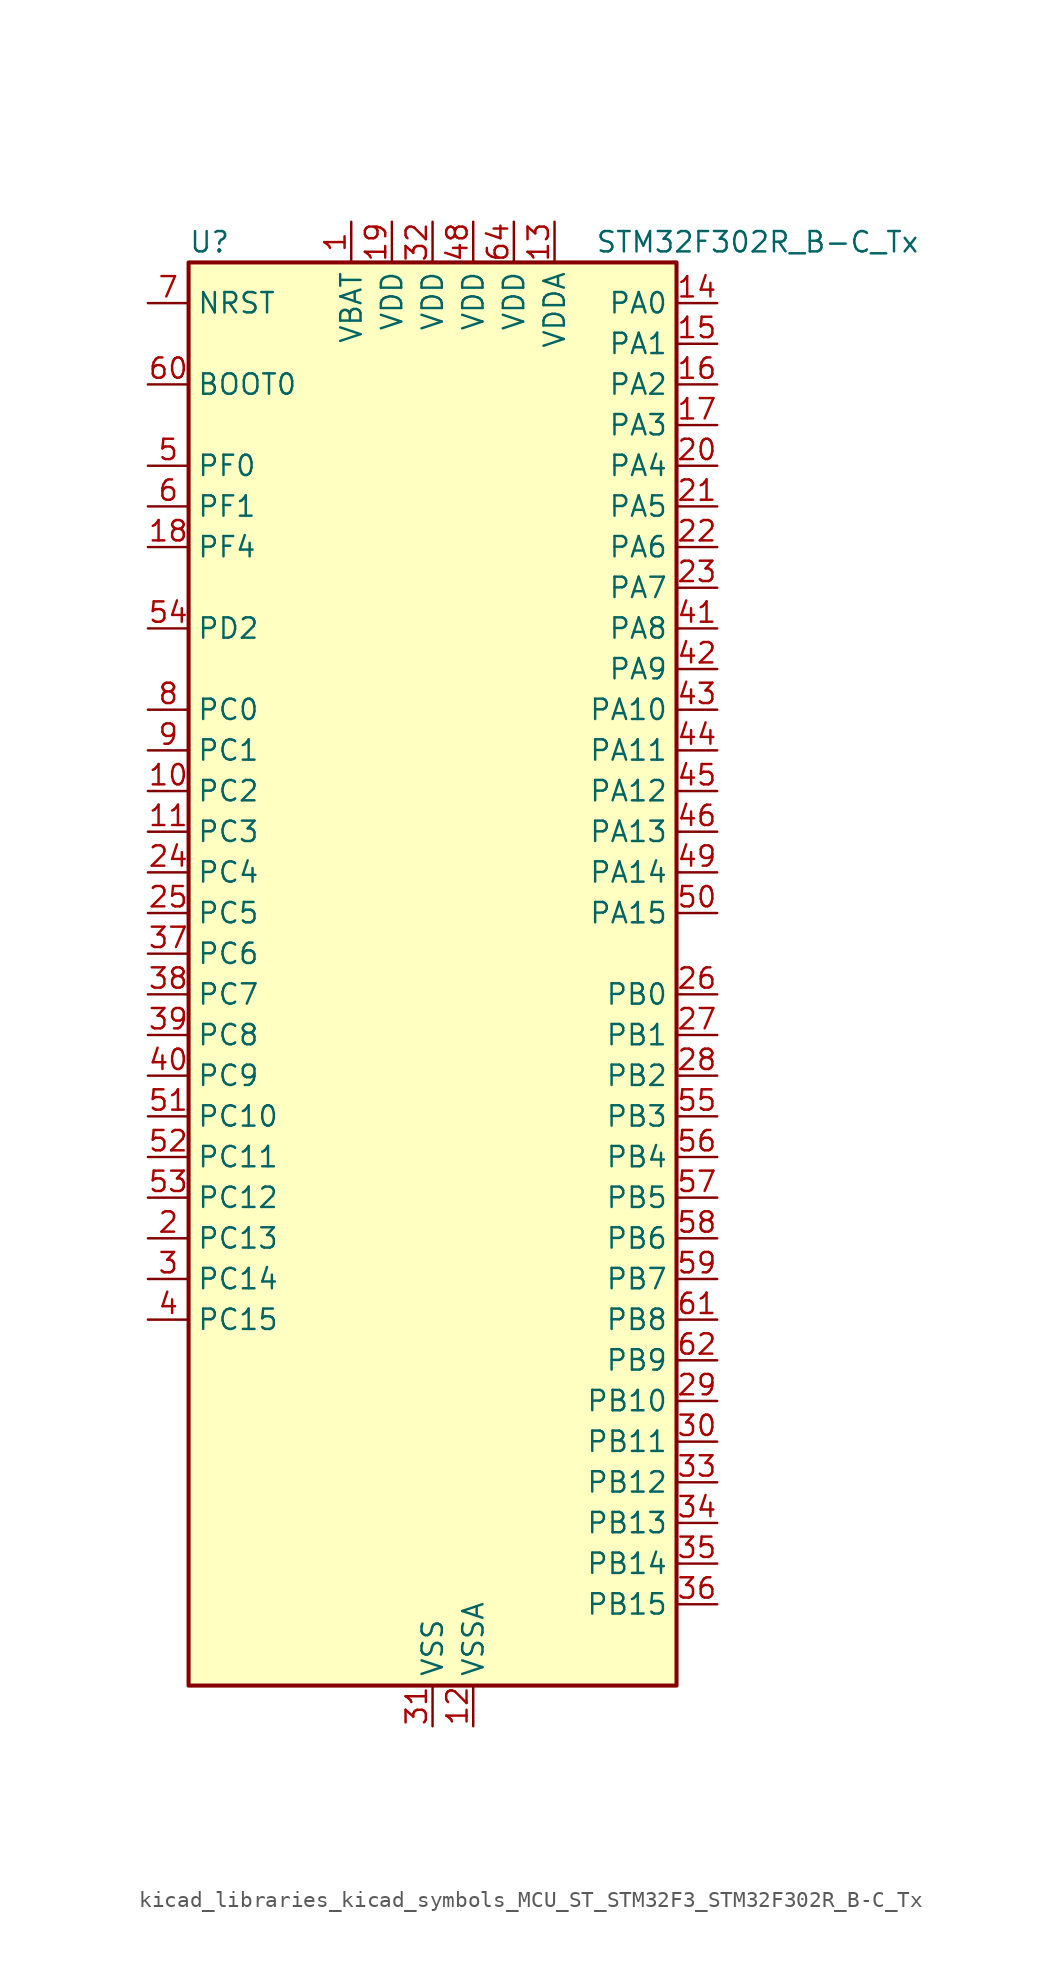
<source format=kicad_sym>
(kicad_symbol_lib
  (version 20220914)
  (generator kicad_symbol_editor)
  (symbol "kicad_libraries_kicad_symbols_MCU_ST_STM32F3_STM32F302R_B-C_Tx"
    (property "Reference" "U"
      (at -15.24 46.99 0)
      (effects (font (size 1.27 1.27)) (justify left)))
    (property "Value" "STM32F302R_B-C_Tx"
      (at 10.16 46.99 0)
      (effects (font (size 1.27 1.27)) (justify left)))
    (property "ki_locked" ""
      (at 0 0 0)
      (effects (font (size 1.27 1.27))))
    (symbol "kicad_libraries_kicad_symbols_MCU_ST_STM32F3_STM32F302R_B-C_Tx_0_1"
      (rectangle (start -15.24 -43.18) (end 15.24 45.72) (stroke (width 0.254) (type default)) (fill (type background))))
    (symbol "kicad_libraries_kicad_symbols_MCU_ST_STM32F3_STM32F302R_B-C_Tx_1_1"
      (pin power_in line (at -5.08 48.26 270) (length 2.54) (name "VBAT" (effects (font (size 1.27 1.27)))) (number "1" (effects (font (size 1.27 1.27)))))
      (pin bidirectional line (at -17.78 12.7 0) (length 2.54) (name "PC2" (effects (font (size 1.27 1.27)))) (number "10" (effects (font (size 1.27 1.27)))) (alternate "ADC1_IN8" bidirectional line) (alternate "ADC2_IN8" bidirectional line))
      (pin bidirectional line (at -17.78 10.16 0) (length 2.54) (name "PC3" (effects (font (size 1.27 1.27)))) (number "11" (effects (font (size 1.27 1.27)))) (alternate "ADC1_IN9" bidirectional line) (alternate "ADC2_IN9" bidirectional line) (alternate "TIM1_BKIN2" bidirectional line))
      (pin power_in line (at 2.54 -45.72 90) (length 2.54) (name "VSSA" (effects (font (size 1.27 1.27)))) (number "12" (effects (font (size 1.27 1.27)))))
      (pin power_in line (at 7.62 48.26 270) (length 2.54) (name "VDDA" (effects (font (size 1.27 1.27)))) (number "13" (effects (font (size 1.27 1.27)))))
      (pin bidirectional line (at 17.78 43.18 180) (length 2.54) (name "PA0" (effects (font (size 1.27 1.27)))) (number "14" (effects (font (size 1.27 1.27)))) (alternate "ADC1_IN1" bidirectional line) (alternate "COMP1_INM" bidirectional line) (alternate "COMP1_OUT" bidirectional line) (alternate "RTC_TAMP2" bidirectional line) (alternate "SYS_WKUP1" bidirectional line) (alternate "TIM2_CH1" bidirectional line) (alternate "TIM2_ETR" bidirectional line) (alternate "TSC_G1_IO1" bidirectional line) (alternate "USART2_CTS" bidirectional line))
      (pin bidirectional line (at 17.78 40.64 180) (length 2.54) (name "PA1" (effects (font (size 1.27 1.27)))) (number "15" (effects (font (size 1.27 1.27)))) (alternate "ADC1_IN2" bidirectional line) (alternate "COMP1_INP" bidirectional line) (alternate "OPAMP1_VINP" bidirectional line) (alternate "OPAMP1_VINP_SEC" bidirectional line) (alternate "RTC_REFIN" bidirectional line) (alternate "TIM15_CH1N" bidirectional line) (alternate "TIM2_CH2" bidirectional line) (alternate "TSC_G1_IO2" bidirectional line) (alternate "USART2_DE" bidirectional line) (alternate "USART2_RTS" bidirectional line))
      (pin bidirectional line (at 17.78 38.1 180) (length 2.54) (name "PA2" (effects (font (size 1.27 1.27)))) (number "16" (effects (font (size 1.27 1.27)))) (alternate "ADC1_IN3" bidirectional line) (alternate "COMP2_INM" bidirectional line) (alternate "COMP2_OUT" bidirectional line) (alternate "OPAMP1_VOUT" bidirectional line) (alternate "TIM15_CH1" bidirectional line) (alternate "TIM2_CH3" bidirectional line) (alternate "TSC_G1_IO3" bidirectional line) (alternate "USART2_TX" bidirectional line))
      (pin bidirectional line (at 17.78 35.56 180) (length 2.54) (name "PA3" (effects (font (size 1.27 1.27)))) (number "17" (effects (font (size 1.27 1.27)))) (alternate "ADC1_IN4" bidirectional line) (alternate "COMP2_INP" bidirectional line) (alternate "OPAMP1_VINM" bidirectional line) (alternate "OPAMP1_VINM_SEC" bidirectional line) (alternate "OPAMP1_VINP" bidirectional line) (alternate "OPAMP1_VINP_SEC" bidirectional line) (alternate "TIM15_CH2" bidirectional line) (alternate "TIM2_CH4" bidirectional line) (alternate "TSC_G1_IO4" bidirectional line) (alternate "USART2_RX" bidirectional line))
      (pin bidirectional line (at -17.78 27.94 0) (length 2.54) (name "PF4" (effects (font (size 1.27 1.27)))) (number "18" (effects (font (size 1.27 1.27)))) (alternate "ADC1_IN5" bidirectional line) (alternate "COMP1_OUT" bidirectional line))
      (pin power_in line (at -2.54 48.26 270) (length 2.54) (name "VDD" (effects (font (size 1.27 1.27)))) (number "19" (effects (font (size 1.27 1.27)))))
      (pin bidirectional line (at -17.78 -15.24 0) (length 2.54) (name "PC13" (effects (font (size 1.27 1.27)))) (number "2" (effects (font (size 1.27 1.27)))) (alternate "RTC_OUT_ALARM" bidirectional line) (alternate "RTC_OUT_CALIB" bidirectional line) (alternate "RTC_TAMP1" bidirectional line) (alternate "RTC_TS" bidirectional line) (alternate "SYS_WKUP2" bidirectional line) (alternate "TIM1_CH1N" bidirectional line))
      (pin bidirectional line (at 17.78 33.02 180) (length 2.54) (name "PA4" (effects (font (size 1.27 1.27)))) (number "20" (effects (font (size 1.27 1.27)))) (alternate "ADC2_IN1" bidirectional line) (alternate "COMP1_INM" bidirectional line) (alternate "COMP2_INM" bidirectional line) (alternate "COMP4_INM" bidirectional line) (alternate "COMP6_INM" bidirectional line) (alternate "DAC_OUT1" bidirectional line) (alternate "I2S3_WS" bidirectional line) (alternate "SPI1_NSS" bidirectional line) (alternate "SPI3_NSS" bidirectional line) (alternate "TIM3_CH2" bidirectional line) (alternate "TSC_G2_IO1" bidirectional line) (alternate "USART2_CK" bidirectional line))
      (pin bidirectional line (at 17.78 30.48 180) (length 2.54) (name "PA5" (effects (font (size 1.27 1.27)))) (number "21" (effects (font (size 1.27 1.27)))) (alternate "ADC2_IN2" bidirectional line) (alternate "COMP1_INM" bidirectional line) (alternate "COMP2_INM" bidirectional line) (alternate "COMP4_INM" bidirectional line) (alternate "COMP6_INM" bidirectional line) (alternate "OPAMP1_VINP" bidirectional line) (alternate "OPAMP1_VINP_SEC" bidirectional line) (alternate "OPAMP2_VINM" bidirectional line) (alternate "OPAMP2_VINM_SEC" bidirectional line) (alternate "SPI1_SCK" bidirectional line) (alternate "TIM2_CH1" bidirectional line) (alternate "TIM2_ETR" bidirectional line) (alternate "TSC_G2_IO2" bidirectional line))
      (pin bidirectional line (at 17.78 27.94 180) (length 2.54) (name "PA6" (effects (font (size 1.27 1.27)))) (number "22" (effects (font (size 1.27 1.27)))) (alternate "ADC2_IN3" bidirectional line) (alternate "COMP1_OUT" bidirectional line) (alternate "OPAMP2_VOUT" bidirectional line) (alternate "SPI1_MISO" bidirectional line) (alternate "TIM16_CH1" bidirectional line) (alternate "TIM1_BKIN" bidirectional line) (alternate "TIM3_CH1" bidirectional line) (alternate "TSC_G2_IO3" bidirectional line))
      (pin bidirectional line (at 17.78 25.4 180) (length 2.54) (name "PA7" (effects (font (size 1.27 1.27)))) (number "23" (effects (font (size 1.27 1.27)))) (alternate "ADC2_IN4" bidirectional line) (alternate "COMP2_INP" bidirectional line) (alternate "COMP2_OUT" bidirectional line) (alternate "OPAMP1_VINP" bidirectional line) (alternate "OPAMP1_VINP_SEC" bidirectional line) (alternate "OPAMP2_VINP" bidirectional line) (alternate "OPAMP2_VINP_SEC" bidirectional line) (alternate "SPI1_MOSI" bidirectional line) (alternate "TIM17_CH1" bidirectional line) (alternate "TIM1_CH1N" bidirectional line) (alternate "TIM3_CH2" bidirectional line) (alternate "TSC_G2_IO4" bidirectional line))
      (pin bidirectional line (at -17.78 7.62 0) (length 2.54) (name "PC4" (effects (font (size 1.27 1.27)))) (number "24" (effects (font (size 1.27 1.27)))) (alternate "ADC2_IN5" bidirectional line) (alternate "USART1_TX" bidirectional line))
      (pin bidirectional line (at -17.78 5.08 0) (length 2.54) (name "PC5" (effects (font (size 1.27 1.27)))) (number "25" (effects (font (size 1.27 1.27)))) (alternate "ADC2_IN11" bidirectional line) (alternate "OPAMP1_VINM" bidirectional line) (alternate "OPAMP1_VINM_SEC" bidirectional line) (alternate "OPAMP2_VINM" bidirectional line) (alternate "OPAMP2_VINM_SEC" bidirectional line) (alternate "TSC_G3_IO1" bidirectional line) (alternate "USART1_RX" bidirectional line))
      (pin bidirectional line (at 17.78 0 180) (length 2.54) (name "PB0" (effects (font (size 1.27 1.27)))) (number "26" (effects (font (size 1.27 1.27)))) (alternate "COMP4_INP" bidirectional line) (alternate "OPAMP2_VINP" bidirectional line) (alternate "OPAMP2_VINP_SEC" bidirectional line) (alternate "TIM1_CH2N" bidirectional line) (alternate "TIM3_CH3" bidirectional line) (alternate "TSC_G3_IO2" bidirectional line))
      (pin bidirectional line (at 17.78 -2.54 180) (length 2.54) (name "PB1" (effects (font (size 1.27 1.27)))) (number "27" (effects (font (size 1.27 1.27)))) (alternate "COMP4_OUT" bidirectional line) (alternate "TIM1_CH3N" bidirectional line) (alternate "TIM3_CH4" bidirectional line) (alternate "TSC_G3_IO3" bidirectional line))
      (pin bidirectional line (at 17.78 -5.08 180) (length 2.54) (name "PB2" (effects (font (size 1.27 1.27)))) (number "28" (effects (font (size 1.27 1.27)))) (alternate "ADC2_IN12" bidirectional line) (alternate "COMP4_INM" bidirectional line) (alternate "TSC_G3_IO4" bidirectional line))
      (pin bidirectional line (at 17.78 -25.4 180) (length 2.54) (name "PB10" (effects (font (size 1.27 1.27)))) (number "29" (effects (font (size 1.27 1.27)))) (alternate "TIM2_CH3" bidirectional line) (alternate "TSC_SYNC" bidirectional line) (alternate "USART3_TX" bidirectional line))
      (pin bidirectional line (at -17.78 -17.78 0) (length 2.54) (name "PC14" (effects (font (size 1.27 1.27)))) (number "3" (effects (font (size 1.27 1.27)))) (alternate "RCC_OSC32_IN" bidirectional line))
      (pin bidirectional line (at 17.78 -27.94 180) (length 2.54) (name "PB11" (effects (font (size 1.27 1.27)))) (number "30" (effects (font (size 1.27 1.27)))) (alternate "ADC1_EXTI11" bidirectional line) (alternate "ADC2_EXTI11" bidirectional line) (alternate "COMP6_INP" bidirectional line) (alternate "TIM2_CH4" bidirectional line) (alternate "TSC_G6_IO1" bidirectional line) (alternate "USART3_RX" bidirectional line))
      (pin power_in line (at 0 -45.72 90) (length 2.54) (name "VSS" (effects (font (size 1.27 1.27)))) (number "31" (effects (font (size 1.27 1.27)))))
      (pin power_in line (at 0 48.26 270) (length 2.54) (name "VDD" (effects (font (size 1.27 1.27)))) (number "32" (effects (font (size 1.27 1.27)))))
      (pin bidirectional line (at 17.78 -30.48 180) (length 2.54) (name "PB12" (effects (font (size 1.27 1.27)))) (number "33" (effects (font (size 1.27 1.27)))) (alternate "I2C2_SMBA" bidirectional line) (alternate "I2S2_WS" bidirectional line) (alternate "SPI2_NSS" bidirectional line) (alternate "TIM1_BKIN" bidirectional line) (alternate "TSC_G6_IO2" bidirectional line) (alternate "USART3_CK" bidirectional line))
      (pin bidirectional line (at 17.78 -33.02 180) (length 2.54) (name "PB13" (effects (font (size 1.27 1.27)))) (number "34" (effects (font (size 1.27 1.27)))) (alternate "I2S2_CK" bidirectional line) (alternate "SPI2_SCK" bidirectional line) (alternate "TIM1_CH1N" bidirectional line) (alternate "TSC_G6_IO3" bidirectional line) (alternate "USART3_CTS" bidirectional line))
      (pin bidirectional line (at 17.78 -35.56 180) (length 2.54) (name "PB14" (effects (font (size 1.27 1.27)))) (number "35" (effects (font (size 1.27 1.27)))) (alternate "I2S2_ext_SD" bidirectional line) (alternate "OPAMP2_VINP" bidirectional line) (alternate "OPAMP2_VINP_SEC" bidirectional line) (alternate "SPI2_MISO" bidirectional line) (alternate "TIM15_CH1" bidirectional line) (alternate "TIM1_CH2N" bidirectional line) (alternate "TSC_G6_IO4" bidirectional line) (alternate "USART3_DE" bidirectional line) (alternate "USART3_RTS" bidirectional line))
      (pin bidirectional line (at 17.78 -38.1 180) (length 2.54) (name "PB15" (effects (font (size 1.27 1.27)))) (number "36" (effects (font (size 1.27 1.27)))) (alternate "ADC1_EXTI15" bidirectional line) (alternate "ADC2_EXTI15" bidirectional line) (alternate "COMP6_INM" bidirectional line) (alternate "I2S2_SD" bidirectional line) (alternate "RTC_REFIN" bidirectional line) (alternate "SPI2_MOSI" bidirectional line) (alternate "TIM15_CH1N" bidirectional line) (alternate "TIM15_CH2" bidirectional line) (alternate "TIM1_CH3N" bidirectional line))
      (pin bidirectional line (at -17.78 2.54 0) (length 2.54) (name "PC6" (effects (font (size 1.27 1.27)))) (number "37" (effects (font (size 1.27 1.27)))) (alternate "COMP6_OUT" bidirectional line) (alternate "I2S2_MCK" bidirectional line) (alternate "TIM3_CH1" bidirectional line))
      (pin bidirectional line (at -17.78 0 0) (length 2.54) (name "PC7" (effects (font (size 1.27 1.27)))) (number "38" (effects (font (size 1.27 1.27)))) (alternate "I2S3_MCK" bidirectional line) (alternate "TIM3_CH2" bidirectional line))
      (pin bidirectional line (at -17.78 -2.54 0) (length 2.54) (name "PC8" (effects (font (size 1.27 1.27)))) (number "39" (effects (font (size 1.27 1.27)))) (alternate "TIM3_CH3" bidirectional line))
      (pin bidirectional line (at -17.78 -20.32 0) (length 2.54) (name "PC15" (effects (font (size 1.27 1.27)))) (number "4" (effects (font (size 1.27 1.27)))) (alternate "ADC1_EXTI15" bidirectional line) (alternate "ADC2_EXTI15" bidirectional line) (alternate "RCC_OSC32_OUT" bidirectional line))
      (pin bidirectional line (at -17.78 -5.08 0) (length 2.54) (name "PC9" (effects (font (size 1.27 1.27)))) (number "40" (effects (font (size 1.27 1.27)))) (alternate "DAC_EXTI9" bidirectional line) (alternate "I2S_CKIN" bidirectional line) (alternate "TIM3_CH4" bidirectional line))
      (pin bidirectional line (at 17.78 22.86 180) (length 2.54) (name "PA8" (effects (font (size 1.27 1.27)))) (number "41" (effects (font (size 1.27 1.27)))) (alternate "I2C2_SMBA" bidirectional line) (alternate "I2S2_MCK" bidirectional line) (alternate "RCC_MCO" bidirectional line) (alternate "TIM1_CH1" bidirectional line) (alternate "TIM4_ETR" bidirectional line) (alternate "USART1_CK" bidirectional line))
      (pin bidirectional line (at 17.78 20.32 180) (length 2.54) (name "PA9" (effects (font (size 1.27 1.27)))) (number "42" (effects (font (size 1.27 1.27)))) (alternate "DAC_EXTI9" bidirectional line) (alternate "I2C2_SCL" bidirectional line) (alternate "I2S3_MCK" bidirectional line) (alternate "TIM15_BKIN" bidirectional line) (alternate "TIM1_CH2" bidirectional line) (alternate "TIM2_CH3" bidirectional line) (alternate "TSC_G4_IO1" bidirectional line) (alternate "USART1_TX" bidirectional line))
      (pin bidirectional line (at 17.78 17.78 180) (length 2.54) (name "PA10" (effects (font (size 1.27 1.27)))) (number "43" (effects (font (size 1.27 1.27)))) (alternate "COMP6_OUT" bidirectional line) (alternate "I2C2_SDA" bidirectional line) (alternate "TIM17_BKIN" bidirectional line) (alternate "TIM1_CH3" bidirectional line) (alternate "TIM2_CH4" bidirectional line) (alternate "TSC_G4_IO2" bidirectional line) (alternate "USART1_RX" bidirectional line))
      (pin bidirectional line (at 17.78 15.24 180) (length 2.54) (name "PA11" (effects (font (size 1.27 1.27)))) (number "44" (effects (font (size 1.27 1.27)))) (alternate "ADC1_EXTI11" bidirectional line) (alternate "ADC2_EXTI11" bidirectional line) (alternate "CAN_RX" bidirectional line) (alternate "COMP1_OUT" bidirectional line) (alternate "TIM1_BKIN2" bidirectional line) (alternate "TIM1_CH1N" bidirectional line) (alternate "TIM1_CH4" bidirectional line) (alternate "TIM4_CH1" bidirectional line) (alternate "USART1_CTS" bidirectional line) (alternate "USB_DM" bidirectional line))
      (pin bidirectional line (at 17.78 12.7 180) (length 2.54) (name "PA12" (effects (font (size 1.27 1.27)))) (number "45" (effects (font (size 1.27 1.27)))) (alternate "CAN_TX" bidirectional line) (alternate "COMP2_OUT" bidirectional line) (alternate "TIM16_CH1" bidirectional line) (alternate "TIM1_CH2N" bidirectional line) (alternate "TIM1_ETR" bidirectional line) (alternate "TIM4_CH2" bidirectional line) (alternate "USART1_DE" bidirectional line) (alternate "USART1_RTS" bidirectional line) (alternate "USB_DP" bidirectional line))
      (pin bidirectional line (at 17.78 10.16 180) (length 2.54) (name "PA13" (effects (font (size 1.27 1.27)))) (number "46" (effects (font (size 1.27 1.27)))) (alternate "IR_OUT" bidirectional line) (alternate "SYS_JTMS-SWDIO" bidirectional line) (alternate "TIM16_CH1N" bidirectional line) (alternate "TIM4_CH3" bidirectional line) (alternate "TSC_G4_IO3" bidirectional line) (alternate "USART3_CTS" bidirectional line))
      (pin passive line (at 0 -45.72 90) (length 2.54) hide (name "VSS" (effects (font (size 1.27 1.27)))) (number "47" (effects (font (size 1.27 1.27)))))
      (pin power_in line (at 2.54 48.26 270) (length 2.54) (name "VDD" (effects (font (size 1.27 1.27)))) (number "48" (effects (font (size 1.27 1.27)))))
      (pin bidirectional line (at 17.78 7.62 180) (length 2.54) (name "PA14" (effects (font (size 1.27 1.27)))) (number "49" (effects (font (size 1.27 1.27)))) (alternate "I2C1_SDA" bidirectional line) (alternate "SYS_JTCK-SWCLK" bidirectional line) (alternate "TIM1_BKIN" bidirectional line) (alternate "TSC_G4_IO4" bidirectional line) (alternate "USART2_TX" bidirectional line))
      (pin bidirectional line (at -17.78 33.02 0) (length 2.54) (name "PF0" (effects (font (size 1.27 1.27)))) (number "5" (effects (font (size 1.27 1.27)))) (alternate "I2C2_SDA" bidirectional line) (alternate "RCC_OSC_IN" bidirectional line) (alternate "TIM1_CH3N" bidirectional line))
      (pin bidirectional line (at 17.78 5.08 180) (length 2.54) (name "PA15" (effects (font (size 1.27 1.27)))) (number "50" (effects (font (size 1.27 1.27)))) (alternate "ADC1_EXTI15" bidirectional line) (alternate "ADC2_EXTI15" bidirectional line) (alternate "I2C1_SCL" bidirectional line) (alternate "I2S3_WS" bidirectional line) (alternate "SPI1_NSS" bidirectional line) (alternate "SPI3_NSS" bidirectional line) (alternate "SYS_JTDI" bidirectional line) (alternate "TIM1_BKIN" bidirectional line) (alternate "TIM2_CH1" bidirectional line) (alternate "TIM2_ETR" bidirectional line) (alternate "USART2_RX" bidirectional line))
      (pin bidirectional line (at -17.78 -7.62 0) (length 2.54) (name "PC10" (effects (font (size 1.27 1.27)))) (number "51" (effects (font (size 1.27 1.27)))) (alternate "I2S3_CK" bidirectional line) (alternate "SPI3_SCK" bidirectional line) (alternate "UART4_TX" bidirectional line) (alternate "USART3_TX" bidirectional line))
      (pin bidirectional line (at -17.78 -10.16 0) (length 2.54) (name "PC11" (effects (font (size 1.27 1.27)))) (number "52" (effects (font (size 1.27 1.27)))) (alternate "ADC1_EXTI11" bidirectional line) (alternate "ADC2_EXTI11" bidirectional line) (alternate "I2S3_ext_SD" bidirectional line) (alternate "SPI3_MISO" bidirectional line) (alternate "UART4_RX" bidirectional line) (alternate "USART3_RX" bidirectional line))
      (pin bidirectional line (at -17.78 -12.7 0) (length 2.54) (name "PC12" (effects (font (size 1.27 1.27)))) (number "53" (effects (font (size 1.27 1.27)))) (alternate "I2S3_SD" bidirectional line) (alternate "SPI3_MOSI" bidirectional line) (alternate "UART5_TX" bidirectional line) (alternate "USART3_CK" bidirectional line))
      (pin bidirectional line (at -17.78 22.86 0) (length 2.54) (name "PD2" (effects (font (size 1.27 1.27)))) (number "54" (effects (font (size 1.27 1.27)))) (alternate "TIM3_ETR" bidirectional line) (alternate "UART5_RX" bidirectional line))
      (pin bidirectional line (at 17.78 -7.62 180) (length 2.54) (name "PB3" (effects (font (size 1.27 1.27)))) (number "55" (effects (font (size 1.27 1.27)))) (alternate "I2S3_CK" bidirectional line) (alternate "SPI1_SCK" bidirectional line) (alternate "SPI3_SCK" bidirectional line) (alternate "SYS_JTDO-TRACESWO" bidirectional line) (alternate "TIM2_CH2" bidirectional line) (alternate "TIM3_ETR" bidirectional line) (alternate "TIM4_ETR" bidirectional line) (alternate "TSC_G5_IO1" bidirectional line) (alternate "USART2_TX" bidirectional line))
      (pin bidirectional line (at 17.78 -10.16 180) (length 2.54) (name "PB4" (effects (font (size 1.27 1.27)))) (number "56" (effects (font (size 1.27 1.27)))) (alternate "I2S3_ext_SD" bidirectional line) (alternate "SPI1_MISO" bidirectional line) (alternate "SPI3_MISO" bidirectional line) (alternate "SYS_NJTRST" bidirectional line) (alternate "TIM16_CH1" bidirectional line) (alternate "TIM17_BKIN" bidirectional line) (alternate "TIM3_CH1" bidirectional line) (alternate "TSC_G5_IO2" bidirectional line) (alternate "USART2_RX" bidirectional line))
      (pin bidirectional line (at 17.78 -12.7 180) (length 2.54) (name "PB5" (effects (font (size 1.27 1.27)))) (number "57" (effects (font (size 1.27 1.27)))) (alternate "I2C1_SMBA" bidirectional line) (alternate "I2S3_SD" bidirectional line) (alternate "SPI1_MOSI" bidirectional line) (alternate "SPI3_MOSI" bidirectional line) (alternate "TIM16_BKIN" bidirectional line) (alternate "TIM17_CH1" bidirectional line) (alternate "TIM3_CH2" bidirectional line) (alternate "USART2_CK" bidirectional line))
      (pin bidirectional line (at 17.78 -15.24 180) (length 2.54) (name "PB6" (effects (font (size 1.27 1.27)))) (number "58" (effects (font (size 1.27 1.27)))) (alternate "I2C1_SCL" bidirectional line) (alternate "TIM16_CH1N" bidirectional line) (alternate "TIM4_CH1" bidirectional line) (alternate "TSC_G5_IO3" bidirectional line) (alternate "USART1_TX" bidirectional line))
      (pin bidirectional line (at 17.78 -17.78 180) (length 2.54) (name "PB7" (effects (font (size 1.27 1.27)))) (number "59" (effects (font (size 1.27 1.27)))) (alternate "I2C1_SDA" bidirectional line) (alternate "TIM17_CH1N" bidirectional line) (alternate "TIM3_CH4" bidirectional line) (alternate "TIM4_CH2" bidirectional line) (alternate "TSC_G5_IO4" bidirectional line) (alternate "USART1_RX" bidirectional line))
      (pin bidirectional line (at -17.78 30.48 0) (length 2.54) (name "PF1" (effects (font (size 1.27 1.27)))) (number "6" (effects (font (size 1.27 1.27)))) (alternate "I2C2_SCL" bidirectional line) (alternate "RCC_OSC_OUT" bidirectional line))
      (pin input line (at -17.78 38.1 0) (length 2.54) (name "BOOT0" (effects (font (size 1.27 1.27)))) (number "60" (effects (font (size 1.27 1.27)))))
      (pin bidirectional line (at 17.78 -20.32 180) (length 2.54) (name "PB8" (effects (font (size 1.27 1.27)))) (number "61" (effects (font (size 1.27 1.27)))) (alternate "CAN_RX" bidirectional line) (alternate "COMP1_OUT" bidirectional line) (alternate "I2C1_SCL" bidirectional line) (alternate "TIM16_CH1" bidirectional line) (alternate "TIM1_BKIN" bidirectional line) (alternate "TIM4_CH3" bidirectional line) (alternate "TSC_SYNC" bidirectional line))
      (pin bidirectional line (at 17.78 -22.86 180) (length 2.54) (name "PB9" (effects (font (size 1.27 1.27)))) (number "62" (effects (font (size 1.27 1.27)))) (alternate "CAN_TX" bidirectional line) (alternate "COMP2_OUT" bidirectional line) (alternate "DAC_EXTI9" bidirectional line) (alternate "I2C1_SDA" bidirectional line) (alternate "IR_OUT" bidirectional line) (alternate "TIM17_CH1" bidirectional line) (alternate "TIM4_CH4" bidirectional line))
      (pin passive line (at 0 -45.72 90) (length 2.54) hide (name "VSS" (effects (font (size 1.27 1.27)))) (number "63" (effects (font (size 1.27 1.27)))))
      (pin power_in line (at 5.08 48.26 270) (length 2.54) (name "VDD" (effects (font (size 1.27 1.27)))) (number "64" (effects (font (size 1.27 1.27)))))
      (pin input line (at -17.78 43.18 0) (length 2.54) (name "NRST" (effects (font (size 1.27 1.27)))) (number "7" (effects (font (size 1.27 1.27)))))
      (pin bidirectional line (at -17.78 17.78 0) (length 2.54) (name "PC0" (effects (font (size 1.27 1.27)))) (number "8" (effects (font (size 1.27 1.27)))) (alternate "ADC1_IN6" bidirectional line) (alternate "ADC2_IN6" bidirectional line))
      (pin bidirectional line (at -17.78 15.24 0) (length 2.54) (name "PC1" (effects (font (size 1.27 1.27)))) (number "9" (effects (font (size 1.27 1.27)))) (alternate "ADC1_IN7" bidirectional line) (alternate "ADC2_IN7" bidirectional line)))))
</source>
